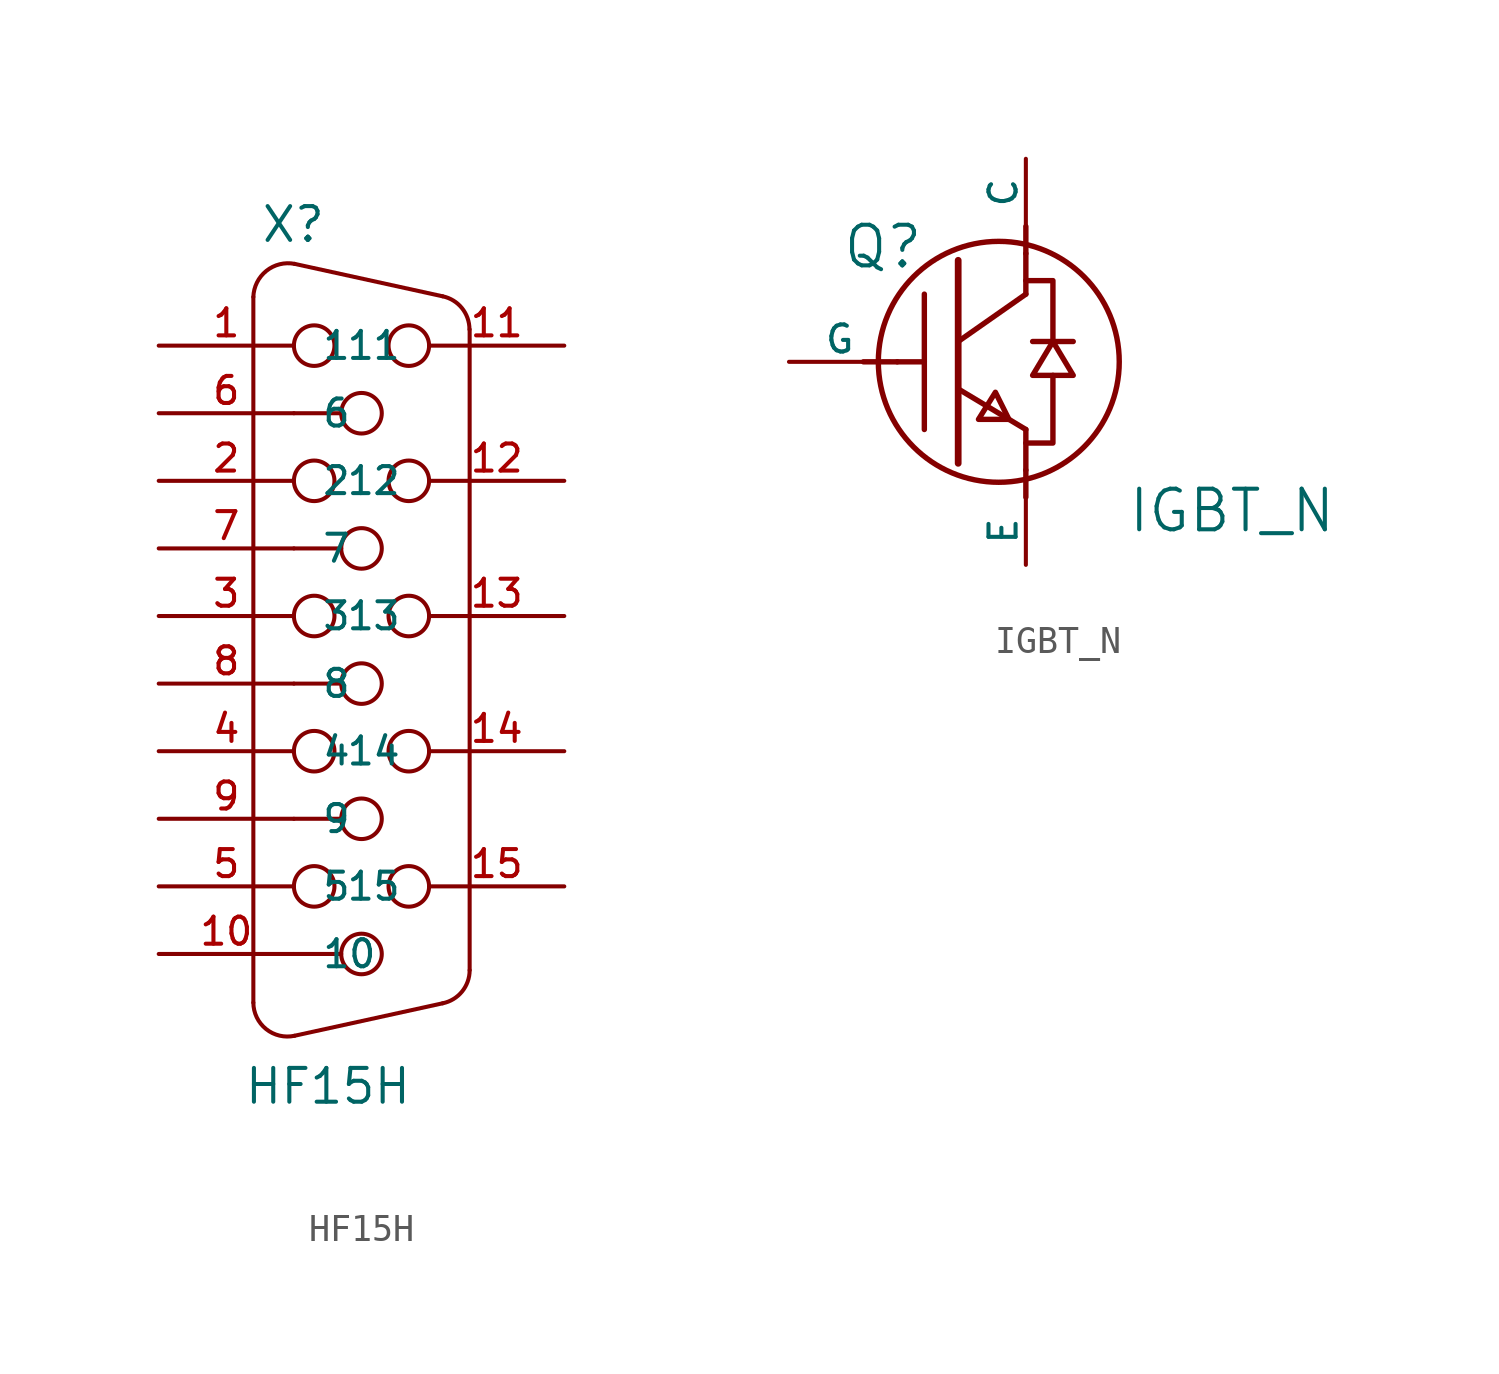
<source format=kicad_sym>
(kicad_symbol_lib
  (version 20231120)
  (generator "kicad_symbol_editor")
  (generator_version "8.0")
  (symbol "HF15H"
    (pin_names
      (offset 1.016))
    (property "Reference" "X"
      (at -3.81 13.97 0)
      (effects (font (size 1.27 1.27)) (justify left bottom)))
    (property "Value" "HF15H"
      (at -4.445 -18.415 0)
      (effects (font (size 1.27 1.27)) (justify left bottom)))
    (property "Datasheet" ""
      (at 0 0 0)
      (effects (font (size 1.524 1.524))))
    (property "ki_locked" ""
      (at 0 0 0)
      (effects (font (size 1.27 1.27))))
    (symbol "HF15H_1_0"
      (polyline (pts (xy -4.064 -14.529) (xy -4.064 11.989)) (stroke (width 0) (type solid)) (fill (type none)))
      (polyline (pts (xy -2.54 -12.7) (xy -0.762 -12.7)) (stroke (width 0) (type solid)) (fill (type none)))
      (polyline (pts (xy -2.54 -7.62) (xy -0.762 -7.62)) (stroke (width 0) (type solid)) (fill (type none)))
      (polyline (pts (xy -2.54 -2.54) (xy -0.762 -2.54)) (stroke (width 0) (type solid)) (fill (type none)))
      (polyline (pts (xy -2.54 2.54) (xy -0.762 2.54)) (stroke (width 0) (type solid)) (fill (type none)))
      (polyline (pts (xy -2.54 7.62) (xy -0.762 7.62)) (stroke (width 0) (type solid)) (fill (type none)))
      (polyline (pts (xy -2.515 -15.773) (xy 3.048 -14.554)) (stroke (width 0) (type solid)) (fill (type none)))
      (polyline (pts (xy -2.515 13.233) (xy 3.048 12.014)) (stroke (width 0) (type solid)) (fill (type none)))
      (polyline (pts (xy 4.064 -13.31) (xy 4.064 10.77)) (stroke (width 0) (type solid)) (fill (type none))))
    (symbol "HF15H_1_1"
      (arc (start -4.064 -14.5288) (mid -3.5876 -15.5203) (end -2.5146 -15.7734) (stroke (width 0) (type solid)) (fill (type none)))
      (arc (start -2.5146 13.2334) (mid -3.572 12.9727) (end -4.064 11.9888) (stroke (width 0) (type solid)) (fill (type none)))
      (circle (center -1.778 -10.16) (radius 0.762) (stroke (width 0) (type solid)) (fill (type none)))
      (circle (center -1.778 -5.08) (radius 0.762) (stroke (width 0) (type solid)) (fill (type none)))
      (circle (center -1.778 0) (radius 0.762) (stroke (width 0) (type solid)) (fill (type none)))
      (circle (center -1.778 5.08) (radius 0.762) (stroke (width 0) (type solid)) (fill (type none)))
      (circle (center -1.778 10.16) (radius 0.762) (stroke (width 0) (type solid)) (fill (type none)))
      (circle (center 0 -12.7) (radius 0.762) (stroke (width 0) (type solid)) (fill (type none)))
      (circle (center 0 -7.62) (radius 0.762) (stroke (width 0) (type solid)) (fill (type none)))
      (circle (center 0 -2.54) (radius 0.762) (stroke (width 0) (type solid)) (fill (type none)))
      (circle (center 0 2.54) (radius 0.762) (stroke (width 0) (type solid)) (fill (type none)))
      (circle (center 0 7.62) (radius 0.762) (stroke (width 0) (type solid)) (fill (type none)))
      (circle (center 1.778 -10.16) (radius 0.762) (stroke (width 0) (type solid)) (fill (type none)))
      (circle (center 1.778 -5.08) (radius 0.762) (stroke (width 0) (type solid)) (fill (type none)))
      (circle (center 1.778 0) (radius 0.762) (stroke (width 0) (type solid)) (fill (type none)))
      (circle (center 1.778 5.08) (radius 0.762) (stroke (width 0) (type solid)) (fill (type none)))
      (circle (center 1.778 10.16) (radius 0.762) (stroke (width 0) (type solid)) (fill (type none)))
      (arc (start 3.048 -14.5542) (mid 3.7779 -14.113) (end 4.064 -13.3096) (stroke (width 0) (type solid)) (fill (type none)))
      (arc (start 4.064 10.7696) (mid 3.7777 11.5728) (end 3.048 12.0142) (stroke (width 0) (type solid)) (fill (type none)))
      (pin passive line (at -7.62 10.16 0) (length 5.08) (name "1" (effects (font (size 1.016 1.016)))) (number "1" (effects (font (size 1.016 1.016)))))
      (pin passive line (at -7.62 -12.7 0) (length 5.08) (name "10" (effects (font (size 1.016 1.016)))) (number "10" (effects (font (size 1.016 1.016)))))
      (pin passive line (at 7.62 10.16 180) (length 5.08) (name "11" (effects (font (size 1.016 1.016)))) (number "11" (effects (font (size 1.016 1.016)))))
      (pin passive line (at 7.62 5.08 180) (length 5.08) (name "12" (effects (font (size 1.016 1.016)))) (number "12" (effects (font (size 1.016 1.016)))))
      (pin passive line (at 7.62 0 180) (length 5.08) (name "13" (effects (font (size 1.016 1.016)))) (number "13" (effects (font (size 1.016 1.016)))))
      (pin passive line (at 7.62 -5.08 180) (length 5.08) (name "14" (effects (font (size 1.016 1.016)))) (number "14" (effects (font (size 1.016 1.016)))))
      (pin passive line (at 7.62 -10.16 180) (length 5.08) (name "15" (effects (font (size 1.016 1.016)))) (number "15" (effects (font (size 1.016 1.016)))))
      (pin passive line (at -7.62 5.08 0) (length 5.08) (name "2" (effects (font (size 1.016 1.016)))) (number "2" (effects (font (size 1.016 1.016)))))
      (pin passive line (at -7.62 0 0) (length 5.08) (name "3" (effects (font (size 1.016 1.016)))) (number "3" (effects (font (size 1.016 1.016)))))
      (pin passive line (at -7.62 -5.08 0) (length 5.08) (name "4" (effects (font (size 1.016 1.016)))) (number "4" (effects (font (size 1.016 1.016)))))
      (pin passive line (at -7.62 -10.16 0) (length 5.08) (name "5" (effects (font (size 1.016 1.016)))) (number "5" (effects (font (size 1.016 1.016)))))
      (pin passive line (at -7.62 7.62 0) (length 5.08) (name "6" (effects (font (size 1.016 1.016)))) (number "6" (effects (font (size 1.016 1.016)))))
      (pin passive line (at -7.62 2.54 0) (length 5.08) (name "7" (effects (font (size 1.016 1.016)))) (number "7" (effects (font (size 1.016 1.016)))))
      (pin passive line (at -7.62 -2.54 0) (length 5.08) (name "8" (effects (font (size 1.016 1.016)))) (number "8" (effects (font (size 1.016 1.016)))))
      (pin passive line (at -7.62 -7.62 0) (length 5.08) (name "9" (effects (font (size 1.016 1.016)))) (number "9" (effects (font (size 1.016 1.016)))))))
  (symbol "IGBT_N"
    (pin_numbers hide)
    (pin_names
      (offset 0))
    (property "Reference" "Q"
      (at -1.27 4.318 0)
      (effects (font (size 1.524 1.524)) (justify right)))
    (property "Value" "IGBT_N"
      (at 14.224 -5.588 0)
      (effects (font (size 1.524 1.524)) (justify right)))
    (property "Footprint" ""
      (at 0 0 0)
      (effects (font (size 1.524 1.524))))
    (property "Datasheet" ""
      (at 0 0 0)
      (effects (font (size 1.524 1.524))))
    (symbol "IGBT_N_0_1"
      (polyline (pts (xy -1.27 -2.54) (xy -1.27 2.54)) (stroke (width 0.203) (type solid)) (fill (type none)))
      (polyline (pts (xy 0 -3.81) (xy 0 3.81)) (stroke (width 0.254) (type solid)) (fill (type none)))
      (polyline (pts (xy -2.286 0) (xy -3.556 0) (xy -3.556 0)) (stroke (width 0.203) (type solid)) (fill (type none)))
      (polyline (pts (xy 2.54 -4.064) (xy 2.54 -5.08) (xy 2.54 -5.08)) (stroke (width 0.203) (type solid)) (fill (type none)))
      (polyline (pts (xy 2.54 -2.54) (xy 0 -1.016) (xy 0 -1.016)) (stroke (width 0.203) (type solid)) (fill (type none)))
      (polyline (pts (xy 2.54 -2.54) (xy 2.54 -4.064) (xy 2.54 -4.064)) (stroke (width 0.203) (type solid)) (fill (type none)))
      (polyline (pts (xy 2.54 2.54) (xy 0 0.762) (xy 0 0.762)) (stroke (width 0.203) (type solid)) (fill (type none)))
      (polyline (pts (xy 2.54 2.54) (xy 2.54 4.064) (xy 2.54 4.064)) (stroke (width 0.203) (type solid)) (fill (type none)))
      (polyline (pts (xy 2.54 4.064) (xy 2.54 5.08) (xy 2.54 5.08)) (stroke (width 0.203) (type solid)) (fill (type none)))
      (polyline (pts (xy 2.794 0.762) (xy 4.318 0.762) (xy 4.318 0.762) (xy 4.318 0.762)) (stroke (width 0.203) (type solid)) (fill (type none)))
      (polyline (pts (xy 3.556 -0.508) (xy 3.556 -3.048) (xy 2.54 -3.048) (xy 2.54 -3.048)) (stroke (width 0.203) (type solid)) (fill (type none)))
      (polyline (pts (xy 3.556 0.762) (xy 3.556 3.048) (xy 2.54 3.048) (xy 2.54 3.048)) (stroke (width 0.203) (type solid)) (fill (type none)))
      (polyline (pts (xy -2.286 0) (xy -1.27 0) (xy -1.27 0) (xy -1.27 0) (xy -1.27 0)) (stroke (width 0.203) (type solid)) (fill (type none)))
      (polyline (pts (xy 1.905 -2.159) (xy 1.397 -1.143) (xy 0.762 -2.159) (xy 1.905 -2.159) (xy 1.905 -2.159)) (stroke (width 0.203) (type solid)) (fill (type none)))
      (polyline (pts (xy 2.794 -0.508) (xy 4.318 -0.508) (xy 3.556 0.762) (xy 2.794 -0.508) (xy 2.794 -0.508)) (stroke (width 0.203) (type solid)) (fill (type none)))
      (circle (center 1.524 0) (radius 4.521) (stroke (width 0.203) (type solid)) (fill (type none))))
    (symbol "IGBT_N_1_1"
      (pin passive line (at 2.54 7.62 270) (length 2.54) (name "C" (effects (font (size 1.016 1.016)))) (number "C" (effects (font (size 1.016 1.016)))))
      (pin passive line (at 2.54 -7.62 90) (length 2.54) (name "E" (effects (font (size 1.016 1.016)))) (number "E" (effects (font (size 1.016 1.016)))))
      (pin input line (at -6.35 0 0) (length 3.81) (name "G" (effects (font (size 1.016 1.016)))) (number "G" (effects (font (size 1.016 1.016))))))))
</source>
